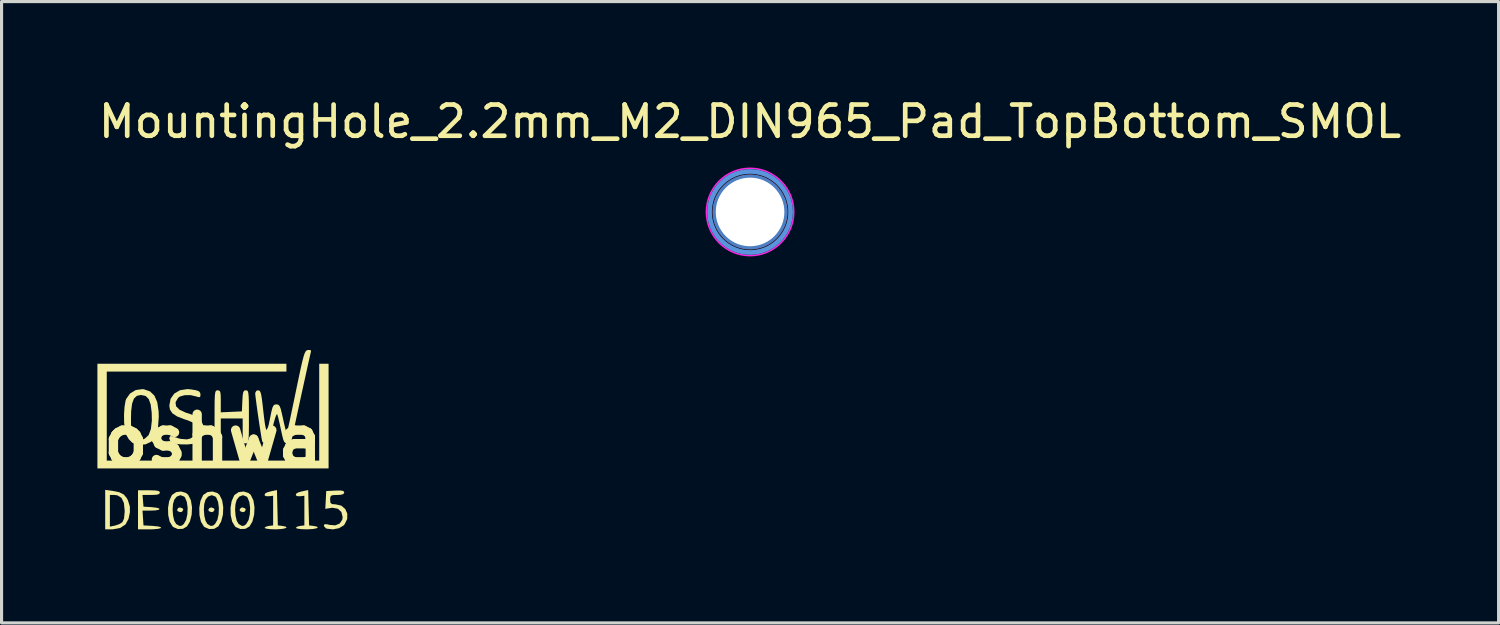
<source format=kicad_pcb>
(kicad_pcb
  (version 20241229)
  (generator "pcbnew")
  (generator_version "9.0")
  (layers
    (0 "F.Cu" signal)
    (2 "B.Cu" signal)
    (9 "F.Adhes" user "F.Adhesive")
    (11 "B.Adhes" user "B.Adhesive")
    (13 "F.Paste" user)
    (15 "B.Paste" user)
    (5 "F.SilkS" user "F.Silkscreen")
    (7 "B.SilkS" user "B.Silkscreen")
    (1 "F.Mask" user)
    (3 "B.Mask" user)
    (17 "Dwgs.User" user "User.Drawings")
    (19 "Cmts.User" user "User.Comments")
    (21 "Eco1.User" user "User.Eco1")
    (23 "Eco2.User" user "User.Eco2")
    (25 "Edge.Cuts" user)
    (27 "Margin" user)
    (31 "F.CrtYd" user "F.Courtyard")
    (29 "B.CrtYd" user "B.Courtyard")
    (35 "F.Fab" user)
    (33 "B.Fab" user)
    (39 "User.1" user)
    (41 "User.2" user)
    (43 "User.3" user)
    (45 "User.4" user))
  (footprint "oshwa"
    (layer "F.Cu")
    (at 3.781 11.071)
    (property "Reference" "oshwa" (at 0 0 0) (layer "F.SilkS") (effects (font (size 1.524 1.524) (thickness 0.3))))
    (attr board_only exclude_from_pos_files exclude_from_bom)
    (fp_poly (pts (xy -0.97 2.186) (xy -0.952 2.229) (xy -0.994 2.291) (xy -1.052 2.305) (xy -1.134 2.273) (xy -1.152 2.229) (xy -1.111 2.168) (xy -1.052 2.154)) (stroke (width 0) (type solid)) (fill yes) (layer "F.SilkS"))
    (fp_poly (pts (xy 0.032 2.186) (xy 0.05 2.229) (xy 0.008 2.291) (xy -0.05 2.305) (xy -0.132 2.273) (xy -0.15 2.229) (xy -0.109 2.168) (xy -0.05 2.154)) (stroke (width 0) (type solid)) (fill yes) (layer "F.SilkS"))
    (fp_poly (pts (xy 1.033 2.186) (xy 1.052 2.229) (xy 1.01 2.291) (xy 0.952 2.305) (xy 0.87 2.273) (xy 0.852 2.229) (xy 0.893 2.168) (xy 0.952 2.154)) (stroke (width 0) (type solid)) (fill yes) (layer "F.SilkS"))
    (fp_poly (pts (xy 2.355 -2.204) (xy -3.407 -2.204) (xy -3.407 0.651) (xy 3.407 0.651) (xy 3.407 -2.455) (xy 3.707 -2.455) (xy 3.707 0.902) (xy -3.707 0.902) (xy -3.707 -2.455) (xy 2.355 -2.455)) (stroke (width 0) (type solid)) (fill yes) (layer "F.SilkS"))
    (fp_poly (pts (xy 2.079 2.73) (xy 2.217 2.746) (xy 2.333 2.769) (xy 2.361 2.798) (xy 2.31 2.825) (xy 2.193 2.846) (xy 2.02 2.856) (xy 2.004 2.856) (xy 1.831 2.85) (xy 1.706 2.833) (xy 1.654 2.811) (xy 1.653 2.809) (xy 1.697 2.77) (xy 1.791 2.746) (xy 1.929 2.73) (xy 1.929 1.779) (xy 1.791 1.795) (xy 1.692 1.791) (xy 1.653 1.76) (xy 1.67 1.708) (xy 1.736 1.67) (xy 1.876 1.633) (xy 1.89 1.63) (xy 2.051 1.596)) (stroke (width 0) (type solid)) (fill yes) (layer "F.SilkS"))
    (fp_poly (pts (xy 3.067 2.163) (xy 3.081 2.73) (xy 3.219 2.746) (xy 3.335 2.769) (xy 3.362 2.798) (xy 3.312 2.825) (xy 3.195 2.846) (xy 3.022 2.856) (xy 3.006 2.856) (xy 2.833 2.85) (xy 2.708 2.833) (xy 2.656 2.811) (xy 2.655 2.809) (xy 2.699 2.77) (xy 2.793 2.746) (xy 2.931 2.73) (xy 2.931 1.779) (xy 2.793 1.795) (xy 2.694 1.791) (xy 2.655 1.76) (xy 2.672 1.708) (xy 2.738 1.67) (xy 2.878 1.633) (xy 2.892 1.63) (xy 3.053 1.596)) (stroke (width 0) (type solid)) (fill yes) (layer "F.SilkS"))
    (fp_poly (pts (xy -1.864 1.608) (xy -1.754 1.623) (xy -1.708 1.655) (xy -1.703 1.678) (xy -1.728 1.723) (xy -1.814 1.747) (xy -1.981 1.753) (xy -2.26 1.753) (xy -2.229 2.129) (xy -1.966 2.144) (xy -1.792 2.165) (xy -1.714 2.196) (xy -1.733 2.227) (xy -1.846 2.249) (xy -1.982 2.254) (xy -2.26 2.254) (xy -2.245 2.492) (xy -2.229 2.73) (xy -1.941 2.745) (xy -1.758 2.763) (xy -1.67 2.789) (xy -1.671 2.816) (xy -1.759 2.84) (xy -1.927 2.854) (xy -2.029 2.856) (xy -2.405 2.856) (xy -2.405 1.603) (xy -2.054 1.603)) (stroke (width 0) (type solid)) (fill yes) (layer "F.SilkS"))
    (fp_poly (pts (xy -3.229 1.621) (xy -3.007 1.666) (xy -2.859 1.74) (xy -2.762 1.858) (xy -2.726 1.931) (xy -2.667 2.122) (xy -2.664 2.309) (xy -2.708 2.517) (xy -2.805 2.698) (xy -2.974 2.811) (xy -3.216 2.855) (xy -3.254 2.856) (xy -3.457 2.856) (xy -3.457 1.753) (xy -3.307 1.753) (xy -3.307 2.768) (xy -3.144 2.736) (xy -3.007 2.69) (xy -2.907 2.628) (xy -2.854 2.513) (xy -2.833 2.305) (xy -2.832 2.258) (xy -2.857 2.011) (xy -2.934 1.848) (xy -3.064 1.766) (xy -3.164 1.753) (xy -3.307 1.753) (xy -3.457 1.753) (xy -3.457 1.59)) (stroke (width 0) (type solid)) (fill yes) (layer "F.SilkS"))
    (fp_poly (pts (xy -0.866 1.689) (xy -0.794 1.75) (xy -0.709 1.923) (xy -0.673 2.147) (xy -0.684 2.387) (xy -0.741 2.608) (xy -0.833 2.762) (xy -0.963 2.839) (xy -1.123 2.847) (xy -1.271 2.784) (xy -1.299 2.759) (xy -1.389 2.609) (xy -1.436 2.401) (xy -1.44 2.229) (xy -1.295 2.229) (xy -1.28 2.419) (xy -1.242 2.582) (xy -1.182 2.683) (xy -1.177 2.687) (xy -1.074 2.747) (xy -0.997 2.735) (xy -0.934 2.681) (xy -0.862 2.554) (xy -0.822 2.372) (xy -0.813 2.17) (xy -0.838 1.981) (xy -0.895 1.839) (xy -0.927 1.804) (xy -1.044 1.76) (xy -1.162 1.806) (xy -1.241 1.904) (xy -1.283 2.046) (xy -1.295 2.229) (xy -1.44 2.229) (xy -1.442 2.169) (xy -1.405 1.948) (xy -1.325 1.77) (xy -1.309 1.749) (xy -1.181 1.662) (xy -1.02 1.642)) (stroke (width 0) (type solid)) (fill yes) (layer "F.SilkS"))
    (fp_poly (pts (xy 0.136 1.689) (xy 0.208 1.75) (xy 0.293 1.923) (xy 0.329 2.147) (xy 0.318 2.387) (xy 0.261 2.608) (xy 0.169 2.762) (xy 0.039 2.839) (xy -0.121 2.847) (xy -0.269 2.784) (xy -0.297 2.759) (xy -0.387 2.609) (xy -0.434 2.401) (xy -0.438 2.229) (xy -0.293 2.229) (xy -0.278 2.419) (xy -0.24 2.582) (xy -0.18 2.683) (xy -0.175 2.687) (xy -0.072 2.747) (xy 0.005 2.735) (xy 0.067 2.681) (xy 0.14 2.554) (xy 0.18 2.372) (xy 0.189 2.17) (xy 0.164 1.981) (xy 0.107 1.839) (xy 0.075 1.804) (xy -0.042 1.76) (xy -0.16 1.806) (xy -0.239 1.904) (xy -0.281 2.046) (xy -0.293 2.229) (xy -0.438 2.229) (xy -0.44 2.169) (xy -0.403 1.948) (xy -0.323 1.77) (xy -0.307 1.749) (xy -0.179 1.662) (xy -0.018 1.642)) (stroke (width 0) (type solid)) (fill yes) (layer "F.SilkS"))
    (fp_poly (pts (xy 1.138 1.689) (xy 1.21 1.75) (xy 1.295 1.923) (xy 1.331 2.147) (xy 1.32 2.387) (xy 1.263 2.608) (xy 1.171 2.762) (xy 1.041 2.839) (xy 0.881 2.847) (xy 0.733 2.784) (xy 0.705 2.759) (xy 0.615 2.609) (xy 0.568 2.401) (xy 0.564 2.229) (xy 0.709 2.229) (xy 0.724 2.419) (xy 0.762 2.582) (xy 0.822 2.683) (xy 0.827 2.687) (xy 0.93 2.747) (xy 1.007 2.735) (xy 1.069 2.681) (xy 1.142 2.554) (xy 1.182 2.372) (xy 1.191 2.17) (xy 1.166 1.981) (xy 1.109 1.839) (xy 1.077 1.804) (xy 0.96 1.76) (xy 0.842 1.806) (xy 0.763 1.904) (xy 0.721 2.046) (xy 0.709 2.229) (xy 0.564 2.229) (xy 0.562 2.169) (xy 0.599 1.948) (xy 0.679 1.77) (xy 0.695 1.749) (xy 0.823 1.662) (xy 0.984 1.642)) (stroke (width 0) (type solid)) (fill yes) (layer "F.SilkS"))
    (fp_poly (pts (xy 4.176 1.624) (xy 4.207 1.661) (xy 4.208 1.676) (xy 4.181 1.726) (xy 4.087 1.75) (xy 3.983 1.753) (xy 3.844 1.758) (xy 3.779 1.783) (xy 3.759 1.847) (xy 3.757 1.904) (xy 3.767 2.005) (xy 3.817 2.046) (xy 3.933 2.054) (xy 4.113 2.095) (xy 4.241 2.203) (xy 4.307 2.354) (xy 4.304 2.525) (xy 4.223 2.691) (xy 4.186 2.733) (xy 4.036 2.821) (xy 3.843 2.857) (xy 3.651 2.834) (xy 3.62 2.822) (xy 3.561 2.757) (xy 3.557 2.73) (xy 3.578 2.691) (xy 3.656 2.693) (xy 3.736 2.713) (xy 3.921 2.728) (xy 4.064 2.669) (xy 4.146 2.548) (xy 4.158 2.461) (xy 4.117 2.298) (xy 4.004 2.195) (xy 3.834 2.164) (xy 3.781 2.17) (xy 3.602 2.199) (xy 3.617 1.914) (xy 3.632 1.628) (xy 3.92 1.613) (xy 4.087 1.61)) (stroke (width 0) (type solid)) (fill yes) (layer "F.SilkS"))
    (fp_poly (pts (xy -2.215 -1.636) (xy -2.02 -1.568) (xy -1.878 -1.432) (xy -1.788 -1.221) (xy -1.744 -0.93) (xy -1.739 -0.751) (xy -1.764 -0.407) (xy -1.839 -0.148) (xy -1.966 0.03) (xy -1.989 0.049) (xy -2.163 0.13) (xy -2.367 0.145) (xy -2.556 0.095) (xy -2.599 0.069) (xy -2.7 -0.035) (xy -2.783 -0.174) (xy -2.786 -0.18) (xy -2.827 -0.345) (xy -2.85 -0.572) (xy -2.852 -0.712) (xy -2.63 -0.712) (xy -2.629 -0.491) (xy -2.62 -0.345) (xy -2.599 -0.252) (xy -2.56 -0.187) (xy -2.496 -0.126) (xy -2.49 -0.121) (xy -2.39 -0.037) (xy -2.328 -0.008) (xy -2.26 -0.023) (xy -2.181 -0.058) (xy -2.065 -0.166) (xy -1.991 -0.361) (xy -1.96 -0.639) (xy -1.966 -0.89) (xy -1.999 -1.15) (xy -2.062 -1.324) (xy -2.162 -1.422) (xy -2.306 -1.453) (xy -2.311 -1.453) (xy -2.442 -1.426) (xy -2.535 -1.338) (xy -2.594 -1.179) (xy -2.624 -0.939) (xy -2.63 -0.712) (xy -2.852 -0.712) (xy -2.853 -0.825) (xy -2.838 -1.068) (xy -2.805 -1.265) (xy -2.784 -1.326) (xy -2.661 -1.5) (xy -2.479 -1.611) (xy -2.265 -1.641)) (stroke (width 0) (type solid)) (fill yes) (layer "F.SilkS"))
    (fp_poly (pts (xy -0.715 -1.634) (xy -0.542 -1.605) (xy -0.446 -1.569) (xy -0.407 -1.512) (xy -0.401 -1.451) (xy -0.414 -1.387) (xy -0.474 -1.385) (xy -0.529 -1.404) (xy -0.719 -1.448) (xy -0.909 -1.447) (xy -1.063 -1.403) (xy -1.119 -1.361) (xy -1.201 -1.221) (xy -1.185 -1.093) (xy -1.073 -0.98) (xy -0.869 -0.885) (xy -0.758 -0.852) (xy -0.592 -0.788) (xy -0.449 -0.701) (xy -0.42 -0.675) (xy -0.322 -0.512) (xy -0.299 -0.316) (xy -0.351 -0.12) (xy -0.418 -0.019) (xy -0.504 0.062) (xy -0.606 0.107) (xy -0.761 0.128) (xy -0.832 0.133) (xy -1.019 0.132) (xy -1.187 0.114) (xy -1.265 0.095) (xy -1.376 0.017) (xy -1.403 -0.06) (xy -1.378 -0.134) (xy -1.331 -0.133) (xy -1.05 -0.047) (xy -0.837 -0.029) (xy -0.717 -0.06) (xy -0.565 -0.169) (xy -0.507 -0.301) (xy -0.528 -0.43) (xy -0.573 -0.511) (xy -0.658 -0.575) (xy -0.806 -0.638) (xy -0.915 -0.674) (xy -1.152 -0.766) (xy -1.303 -0.866) (xy -1.381 -0.986) (xy -1.401 -1.112) (xy -1.36 -1.331) (xy -1.241 -1.499) (xy -1.058 -1.606) (xy -0.823 -1.642)) (stroke (width 0) (type solid)) (fill yes) (layer "F.SilkS"))
    (fp_poly (pts (xy 1.09 -1.598) (xy 1.116 -1.574) (xy 1.133 -1.517) (xy 1.144 -1.412) (xy 1.15 -1.247) (xy 1.152 -1.006) (xy 1.152 -0.751) (xy 1.152 -0.441) (xy 1.149 -0.217) (xy 1.143 -0.065) (xy 1.131 0.029) (xy 1.112 0.078) (xy 1.084 0.097) (xy 1.052 0.1) (xy 1.002 0.092) (xy 0.972 0.053) (xy 0.957 -0.036) (xy 0.952 -0.195) (xy 0.952 -0.301) (xy 0.952 -0.701) (xy 0.25 -0.701) (xy 0.25 -0.301) (xy 0.248 -0.101) (xy 0.239 0.019) (xy 0.217 0.079) (xy 0.177 0.099) (xy 0.15 0.1) (xy 0.114 0.096) (xy 0.087 0.073) (xy 0.07 0.018) (xy 0.059 -0.083) (xy 0.053 -0.245) (xy 0.05 -0.48) (xy 0.05 -0.751) (xy 0.051 -1.062) (xy 0.053 -1.286) (xy 0.06 -1.438) (xy 0.072 -1.531) (xy 0.091 -1.581) (xy 0.118 -1.6) (xy 0.15 -1.603) (xy 0.203 -1.594) (xy 0.233 -1.551) (xy 0.247 -1.454) (xy 0.25 -1.282) (xy 0.25 -1.25) (xy 0.25 -0.897) (xy 0.589 -0.912) (xy 0.927 -0.927) (xy 0.942 -1.265) (xy 0.953 -1.446) (xy 0.972 -1.549) (xy 1.005 -1.594) (xy 1.054 -1.603)) (stroke (width 0) (type solid)) (fill yes) (layer "F.SilkS"))
    (fp_poly (pts (xy 3.132 -2.895) (xy 3.143 -2.841) (xy 3.137 -2.822) (xy 3.121 -2.756) (xy 3.088 -2.609) (xy 3.04 -2.396) (xy 2.982 -2.131) (xy 2.916 -1.831) (xy 2.845 -1.509) (xy 2.774 -1.181) (xy 2.705 -0.861) (xy 2.641 -0.566) (xy 2.586 -0.309) (xy 2.542 -0.105) (xy 2.514 0.03) (xy 2.505 0.082) (xy 2.462 0.096) (xy 2.388 0.1) (xy 2.33 0.092) (xy 2.287 0.055) (xy 2.251 -0.03) (xy 2.213 -0.182) (xy 2.18 -0.338) (xy 2.136 -0.542) (xy 2.096 -0.711) (xy 2.065 -0.819) (xy 2.057 -0.84) (xy 2.034 -0.821) (xy 1.996 -0.722) (xy 1.949 -0.559) (xy 1.911 -0.401) (xy 1.857 -0.171) (xy 1.813 -0.023) (xy 1.774 0.06) (xy 1.732 0.095) (xy 1.699 0.1) (xy 1.608 0.073) (xy 1.579 0.038) (xy 1.563 -0.038) (xy 1.538 -0.19) (xy 1.505 -0.397) (xy 1.469 -0.636) (xy 1.433 -0.884) (xy 1.4 -1.119) (xy 1.374 -1.319) (xy 1.357 -1.46) (xy 1.353 -1.515) (xy 1.393 -1.59) (xy 1.447 -1.603) (xy 1.488 -1.593) (xy 1.52 -1.551) (xy 1.546 -1.462) (xy 1.571 -1.308) (xy 1.599 -1.075) (xy 1.605 -1.014) (xy 1.641 -0.703) (xy 1.671 -0.488) (xy 1.698 -0.365) (xy 1.725 -0.331) (xy 1.755 -0.381) (xy 1.79 -0.511) (xy 1.827 -0.692) (xy 1.871 -0.908) (xy 1.906 -1.044) (xy 1.942 -1.117) (xy 1.985 -1.147) (xy 2.032 -1.152) (xy 2.092 -1.143) (xy 2.136 -1.1) (xy 2.173 -1.005) (xy 2.214 -0.838) (xy 2.23 -0.764) (xy 2.273 -0.57) (xy 2.311 -0.409) (xy 2.338 -0.31) (xy 2.341 -0.301) (xy 2.351 -0.273) (xy 2.359 -0.255) (xy 2.368 -0.256) (xy 2.381 -0.287) (xy 2.4 -0.356) (xy 2.427 -0.473) (xy 2.466 -0.65) (xy 2.517 -0.894) (xy 2.585 -1.218) (xy 2.67 -1.628) (xy 2.75 -2.011) (xy 2.814 -2.308) (xy 2.864 -2.528) (xy 2.905 -2.685) (xy 2.939 -2.788) (xy 2.971 -2.851) (xy 3.002 -2.882) (xy 3.037 -2.896) (xy 3.048 -2.897)) (stroke (width 0) (type solid)) (fill yes) (layer "F.SilkS")))
  (footprint "MountingHole_2.2mm_M2_DIN965_Pad_TopBottom_SMOL"
    (layer "F.Cu")
    (at 21.006 3.748)
    (property "Reference" "MountingHole_2.2mm_M2_DIN965_Pad_TopBottom_SMOL" (at 0 -2.9 0) (layer "F.SilkS") (effects (font (size 1 1) (thickness 0.15))))
    (attr exclude_from_pos_files)
    (fp_circle (center 0 0) (end 1.3 0) (stroke (width 0.15) (type solid)) (fill no) (layer "Cmts.User"))
    (fp_circle (center 0 0) (end 1.4 0) (stroke (width 0.05) (type solid)) (fill no) (layer "F.CrtYd"))
    (pad "1" thru_hole circle (at 0 0) (size 2.35 2.35) (drill 2.2) (layers "*.Cu" "*.Mask"))
    (pad "1" connect circle (at 0 0) (size 2.4 2.4) (layers "F.Cu" "F.Mask"))
    (pad "1" connect circle (at 0 0) (size 2.4 2.4) (layers "B.Cu" "B.Mask")))
  (gr_rect
    (start -3 -3)
    (end 45.012 16.927)
    (stroke (width 0.1) (type default))
    (fill no)
    (layer "Edge.Cuts")))
</source>
